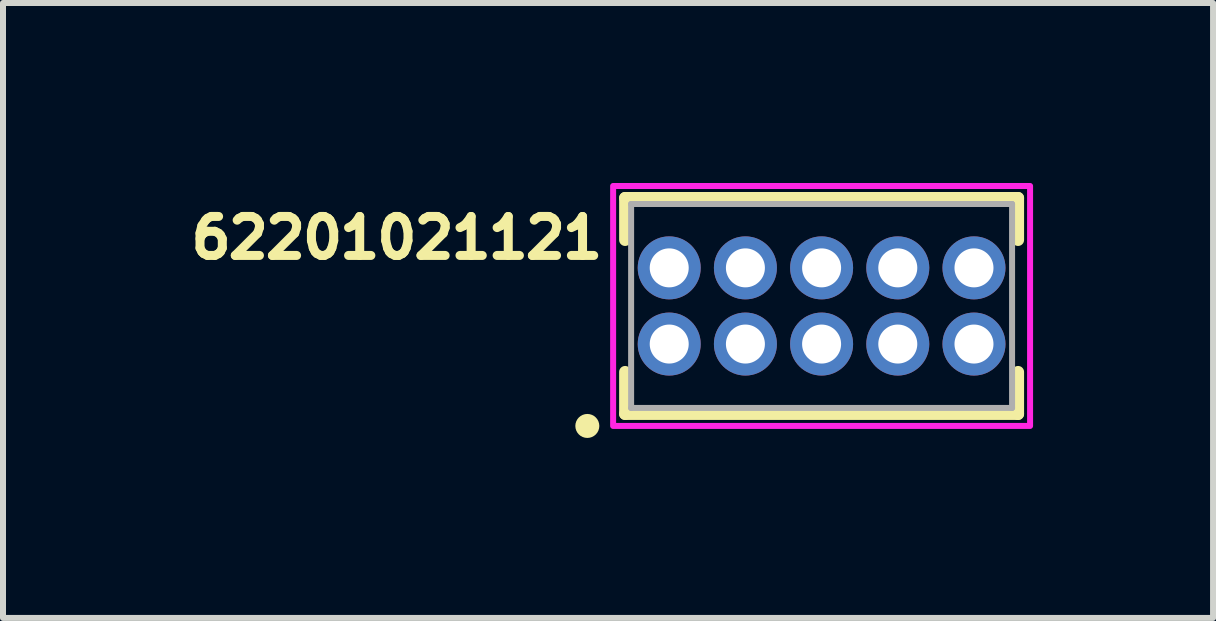
<source format=kicad_pcb>
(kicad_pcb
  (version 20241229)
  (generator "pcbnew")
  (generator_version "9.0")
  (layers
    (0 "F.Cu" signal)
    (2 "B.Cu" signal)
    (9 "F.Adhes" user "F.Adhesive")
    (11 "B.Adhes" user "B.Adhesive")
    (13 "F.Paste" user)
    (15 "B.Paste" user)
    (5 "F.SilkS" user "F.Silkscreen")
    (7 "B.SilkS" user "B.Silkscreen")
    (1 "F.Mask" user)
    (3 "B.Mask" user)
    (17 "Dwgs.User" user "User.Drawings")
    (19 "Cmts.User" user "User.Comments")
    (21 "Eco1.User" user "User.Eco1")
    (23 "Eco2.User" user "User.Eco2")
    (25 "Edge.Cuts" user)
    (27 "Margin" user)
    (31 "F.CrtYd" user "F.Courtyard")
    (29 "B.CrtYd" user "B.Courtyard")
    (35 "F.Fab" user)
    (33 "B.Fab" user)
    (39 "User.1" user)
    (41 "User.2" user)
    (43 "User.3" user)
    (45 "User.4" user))
  (footprint "62201021121"
    (layer "F.Cu")
    (at 10.645 2.05)
    (property "Reference" "62201021121" (at -7.08 -1.135 0) (layer "F.SilkS") (effects (font (size 0.65 0.65) (thickness 0.15))))
    (attr through_hole)
    (fp_line (start -3.275 -1.8) (end 3.275 -1.8) (stroke (width 0.2) (type solid)) (layer "F.SilkS"))
    (fp_line (start -3.275 -1.1) (end -3.275 -1.8) (stroke (width 0.2) (type solid)) (layer "F.SilkS"))
    (fp_line (start -3.275 1.1) (end -3.275 1.8) (stroke (width 0.2) (type solid)) (layer "F.SilkS"))
    (fp_line (start -3.275 1.8) (end 3.275 1.8) (stroke (width 0.2) (type solid)) (layer "F.SilkS"))
    (fp_line (start 3.275 -1.8) (end 3.275 -1.1) (stroke (width 0.2) (type solid)) (layer "F.SilkS"))
    (fp_line (start 3.275 1.8) (end 3.275 1.1) (stroke (width 0.2) (type solid)) (layer "F.SilkS"))
    (fp_circle (center -3.905 2) (end -3.805 2) (stroke (width 0.2) (type solid)) (fill no) (layer "F.SilkS"))
    (fp_poly (pts (xy -3.475 -2) (xy 3.475 -2) (xy 3.475 2) (xy -3.475 2)) (stroke (width 0.1) (type solid)) (fill no) (layer "F.CrtYd"))
    (fp_line (start -3.175 -1.7) (end -3.175 1.7) (stroke (width 0.1) (type solid)) (layer "F.Fab"))
    (fp_line (start -3.175 1.7) (end 3.175 1.7) (stroke (width 0.1) (type solid)) (layer "F.Fab"))
    (fp_line (start 3.175 -1.7) (end -3.175 -1.7) (stroke (width 0.1) (type solid)) (layer "F.Fab"))
    (fp_line (start 3.175 1.7) (end 3.175 -1.7) (stroke (width 0.1) (type solid)) (layer "F.Fab"))
    (pad "1" thru_hole circle (at -2.54 0.635) (size 1.05 1.05) (drill 0.65) (layers "*.Cu" "*.Mask"))
    (pad "2" thru_hole circle (at -2.54 -0.635) (size 1.05 1.05) (drill 0.65) (layers "*.Cu" "*.Mask"))
    (pad "3" thru_hole circle (at -1.27 0.635) (size 1.05 1.05) (drill 0.65) (layers "*.Cu" "*.Mask"))
    (pad "4" thru_hole circle (at -1.27 -0.635) (size 1.05 1.05) (drill 0.65) (layers "*.Cu" "*.Mask"))
    (pad "5" thru_hole circle (at 0 0.635) (size 1.05 1.05) (drill 0.65) (layers "*.Cu" "*.Mask"))
    (pad "6" thru_hole circle (at 0 -0.635) (size 1.05 1.05) (drill 0.65) (layers "*.Cu" "*.Mask"))
    (pad "7" thru_hole circle (at 1.27 0.635) (size 1.05 1.05) (drill 0.65) (layers "*.Cu" "*.Mask"))
    (pad "8" thru_hole circle (at 1.27 -0.635) (size 1.05 1.05) (drill 0.65) (layers "*.Cu" "*.Mask"))
    (pad "9" thru_hole circle (at 2.54 0.635) (size 1.05 1.05) (drill 0.65) (layers "*.Cu" "*.Mask"))
    (pad "10" thru_hole circle (at 2.54 -0.635) (size 1.05 1.05) (drill 0.65) (layers "*.Cu" "*.Mask")))
  (gr_rect
    (start -3 -3)
    (end 17.17 7.25)
    (stroke (width 0.1) (type default))
    (fill no)
    (layer "Edge.Cuts")))
</source>
